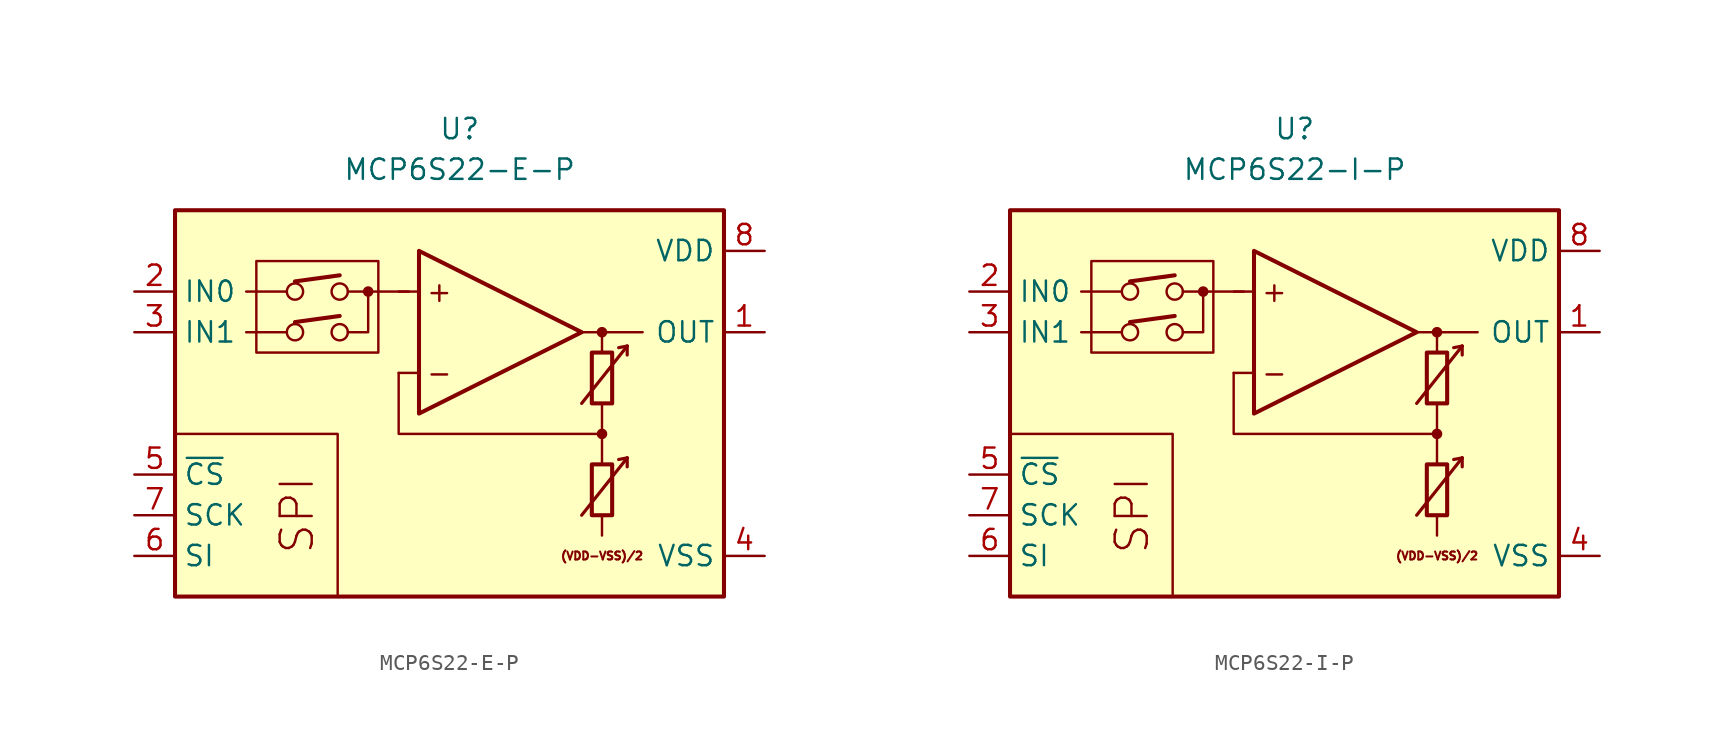
<source format=kicad_sym>
(kicad_symbol_lib
  (version 20211014)
  (generator kicad_symbol_editor)
  (symbol "MCP6S22-E-P"
    (property "Reference" "U"
      (at 0 17.78 0)
      (effects (font (size 1.27 1.27))))
    (property "Value" "MCP6S22-E-P"
      (at 0 15.24 0)
      (effects (font (size 1.27 1.27))))
    (symbol "MCP6S22-E-P_0_0"
      (rectangle (start -17.78 12.7) (end 16.51 -11.43) (stroke (width 0.254) (type default) (color 0 0 0 0)) (fill (type background)))
      (rectangle (start -12.7 9.525) (end -5.08 3.81) (stroke (width 0.152) (type default) (color 0 0 0 0)) (fill (type none)))
      (circle (center -10.287 5.08) (radius 0.508) (stroke (width 0) (type default) (color 0 0 0 0)) (fill (type none)))
      (circle (center -10.287 7.62) (radius 0.508) (stroke (width 0) (type default) (color 0 0 0 0)) (fill (type none)))
      (circle (center -7.493 5.08) (radius 0.508) (stroke (width 0) (type default) (color 0 0 0 0)) (fill (type none)))
      (circle (center -7.493 7.62) (radius 0.508) (stroke (width 0) (type default) (color 0 0 0 0)) (fill (type none)))
      (circle (center -5.715 7.62) (radius 0.254) (stroke (width 0.152) (type default) (color 0 0 0 0)) (fill (type outline)))
      (polyline (pts (xy 8.89 -3.81)) (stroke (width 0.152) (type default) (color 0 0 0 0)) (fill (type none)))
      (polyline (pts (xy 8.89 3.81)) (stroke (width 0.152) (type default) (color 0 0 0 0)) (fill (type none)))
      (polyline (pts (xy -10.795 5.08) (xy -13.335 5.08)) (stroke (width 0.152) (type default) (color 0 0 0 0)) (fill (type none)))
      (polyline (pts (xy -10.795 7.62) (xy -13.335 7.62)) (stroke (width 0.152) (type default) (color 0 0 0 0)) (fill (type none)))
      (polyline (pts (xy -10.287 5.715) (xy -7.493 6.096)) (stroke (width 0.254) (type default) (color 0 0 0 0)) (fill (type none)))
      (polyline (pts (xy -10.287 8.255) (xy -7.493 8.636)) (stroke (width 0.254) (type default) (color 0 0 0 0)) (fill (type none)))
      (polyline (pts (xy -3.175 7.62) (xy -6.985 7.62)) (stroke (width 0.152) (type default) (color 0 0 0 0)) (fill (type none)))
      (polyline (pts (xy -2.54 2.54) (xy -3.81 2.54)) (stroke (width 0.152) (type default) (color 0 0 0 0)) (fill (type none)))
      (polyline (pts (xy -2.54 7.62) (xy -3.81 7.62)) (stroke (width 0.152) (type default) (color 0 0 0 0)) (fill (type none)))
      (polyline (pts (xy 7.62 5.08) (xy 11.43 5.08)) (stroke (width 0.152) (type default) (color 0 0 0 0)) (fill (type none)))
      (polyline (pts (xy 8.89 -6.35) (xy 8.89 -7.62)) (stroke (width 0.152) (type default) (color 0 0 0 0)) (fill (type none)))
      (polyline (pts (xy 8.89 -1.27) (xy 8.89 -3.175)) (stroke (width 0.152) (type default) (color 0 0 0 0)) (fill (type none)))
      (polyline (pts (xy 8.89 0.635) (xy 8.89 -1.27)) (stroke (width 0.152) (type default) (color 0 0 0 0)) (fill (type none)))
      (polyline (pts (xy 8.89 5.08) (xy 8.89 3.81)) (stroke (width 0.152) (type default) (color 0 0 0 0)) (fill (type none)))
      (polyline (pts (xy -7.62 -11.43) (xy -7.62 -1.27) (xy -17.78 -1.27)) (stroke (width 0.152) (type default) (color 0 0 0 0)) (fill (type none)))
      (polyline (pts (xy -6.985 5.08) (xy -5.715 5.08) (xy -5.715 7.62)) (stroke (width 0.152) (type default) (color 0 0 0 0)) (fill (type none)))
      (polyline (pts (xy 8.89 -1.27) (xy -3.81 -1.27) (xy -3.81 2.54)) (stroke (width 0.152) (type default) (color 0 0 0 0)) (fill (type none)))
      (circle (center 8.89 -1.27) (radius 0.254) (stroke (width 0.152) (type default) (color 0 0 0 0)) (fill (type outline)))
      (circle (center 8.89 5.08) (radius 0.254) (stroke (width 0.152) (type default) (color 0 0 0 0)) (fill (type outline)))
      (text "(VDD-VSS)/2" (at 8.89 -8.89 0) (effects (font (size 0.5 0.5))))
      (text "+" (at -1.27 7.62 0) (effects (font (size 1.27 1.27))))
      (text "-" (at -1.27 2.54 0) (effects (font (size 1.27 1.27))))
      (text "SPI" (at -10.16 -6.35 900) (effects (font (size 2 2)))))
    (symbol "MCP6S22-E-P_0_1"
      (polyline (pts (xy 10.465 -2.769) (xy 9.931 -2.87)) (stroke (width 0.2) (type default) (color 0 0 0 0)) (fill (type none)))
      (polyline (pts (xy 10.465 -2.769) (xy 10.465 -3.327)) (stroke (width 0.2) (type default) (color 0 0 0 0)) (fill (type none)))
      (polyline (pts (xy 10.465 4.216) (xy 9.931 4.115)) (stroke (width 0.2) (type default) (color 0 0 0 0)) (fill (type none)))
      (polyline (pts (xy 10.465 4.216) (xy 10.465 3.658)) (stroke (width 0.2) (type default) (color 0 0 0 0)) (fill (type none)))
      (polyline (pts (xy -2.54 10.16) (xy -2.54 0) (xy 7.62 5.08) (xy -2.54 10.16)) (stroke (width 0.254) (type default) (color 0 0 0 0)) (fill (type background)))
      (polyline (pts (xy 7.62 -6.35) (xy 10.465 -2.769) (xy 10.465 -2.769) (xy 10.465 -2.769)) (stroke (width 0.2) (type default) (color 0 0 0 0)) (fill (type none)))
      (polyline (pts (xy 7.62 0.635) (xy 10.465 4.216) (xy 10.465 4.216) (xy 10.465 4.216)) (stroke (width 0.2) (type default) (color 0 0 0 0)) (fill (type none)))
      (rectangle (start 8.255 -3.175) (end 9.525 -6.35) (stroke (width 0.254) (type default) (color 0 0 0 0)) (fill (type none)))
      (rectangle (start 8.255 3.81) (end 9.525 0.635) (stroke (width 0.254) (type default) (color 0 0 0 0)) (fill (type none))))
    (symbol "MCP6S22-E-P_1_1"
      (pin output line (at 19.05 5.08 180) (length 2.54) (name "OUT" (effects (font (size 1.27 1.27)))) (number "1" (effects (font (size 1.27 1.27)))))
      (pin input line (at -20.32 7.62 0) (length 2.54) (name "IN0" (effects (font (size 1.27 1.27)))) (number "2" (effects (font (size 1.27 1.27)))))
      (pin input line (at -20.32 5.08 0) (length 2.54) (name "IN1" (effects (font (size 1.27 1.27)))) (number "3" (effects (font (size 1.27 1.27)))))
      (pin power_in line (at 19.05 -8.89 180) (length 2.54) (name "VSS" (effects (font (size 1.27 1.27)))) (number "4" (effects (font (size 1.27 1.27)))))
      (pin input line (at -20.32 -3.81 0) (length 2.54) (name "~{CS}" (effects (font (size 1.27 1.27)))) (number "5" (effects (font (size 1.27 1.27)))))
      (pin input line (at -20.32 -8.89 0) (length 2.54) (name "SI" (effects (font (size 1.27 1.27)))) (number "6" (effects (font (size 1.27 1.27)))))
      (pin input line (at -20.32 -6.35 0) (length 2.54) (name "SCK" (effects (font (size 1.27 1.27)))) (number "7" (effects (font (size 1.27 1.27)))))
      (pin power_in line (at 19.05 10.16 180) (length 2.54) (name "VDD" (effects (font (size 1.27 1.27)))) (number "8" (effects (font (size 1.27 1.27)))))))
  (symbol "MCP6S22-I-P"
    (property "Reference" "U"
      (at 0 17.78 0)
      (effects (font (size 1.27 1.27))))
    (property "Value" "MCP6S22-I-P"
      (at 0 15.24 0)
      (effects (font (size 1.27 1.27))))
    (symbol "MCP6S22-I-P_0_0"
      (rectangle (start -17.78 12.7) (end 16.51 -11.43) (stroke (width 0.254) (type default) (color 0 0 0 0)) (fill (type background)))
      (rectangle (start -12.7 9.525) (end -5.08 3.81) (stroke (width 0.152) (type default) (color 0 0 0 0)) (fill (type none)))
      (circle (center -10.287 5.08) (radius 0.508) (stroke (width 0) (type default) (color 0 0 0 0)) (fill (type none)))
      (circle (center -10.287 7.62) (radius 0.508) (stroke (width 0) (type default) (color 0 0 0 0)) (fill (type none)))
      (circle (center -7.493 5.08) (radius 0.508) (stroke (width 0) (type default) (color 0 0 0 0)) (fill (type none)))
      (circle (center -7.493 7.62) (radius 0.508) (stroke (width 0) (type default) (color 0 0 0 0)) (fill (type none)))
      (circle (center -5.715 7.62) (radius 0.254) (stroke (width 0.152) (type default) (color 0 0 0 0)) (fill (type outline)))
      (polyline (pts (xy 8.89 -3.81)) (stroke (width 0.152) (type default) (color 0 0 0 0)) (fill (type none)))
      (polyline (pts (xy 8.89 3.81)) (stroke (width 0.152) (type default) (color 0 0 0 0)) (fill (type none)))
      (polyline (pts (xy -10.795 5.08) (xy -13.335 5.08)) (stroke (width 0.152) (type default) (color 0 0 0 0)) (fill (type none)))
      (polyline (pts (xy -10.795 7.62) (xy -13.335 7.62)) (stroke (width 0.152) (type default) (color 0 0 0 0)) (fill (type none)))
      (polyline (pts (xy -10.287 5.715) (xy -7.493 6.096)) (stroke (width 0.254) (type default) (color 0 0 0 0)) (fill (type none)))
      (polyline (pts (xy -10.287 8.255) (xy -7.493 8.636)) (stroke (width 0.254) (type default) (color 0 0 0 0)) (fill (type none)))
      (polyline (pts (xy -3.175 7.62) (xy -6.985 7.62)) (stroke (width 0.152) (type default) (color 0 0 0 0)) (fill (type none)))
      (polyline (pts (xy -2.54 2.54) (xy -3.81 2.54)) (stroke (width 0.152) (type default) (color 0 0 0 0)) (fill (type none)))
      (polyline (pts (xy -2.54 7.62) (xy -3.81 7.62)) (stroke (width 0.152) (type default) (color 0 0 0 0)) (fill (type none)))
      (polyline (pts (xy 7.62 5.08) (xy 11.43 5.08)) (stroke (width 0.152) (type default) (color 0 0 0 0)) (fill (type none)))
      (polyline (pts (xy 8.89 -6.35) (xy 8.89 -7.62)) (stroke (width 0.152) (type default) (color 0 0 0 0)) (fill (type none)))
      (polyline (pts (xy 8.89 -1.27) (xy 8.89 -3.175)) (stroke (width 0.152) (type default) (color 0 0 0 0)) (fill (type none)))
      (polyline (pts (xy 8.89 0.635) (xy 8.89 -1.27)) (stroke (width 0.152) (type default) (color 0 0 0 0)) (fill (type none)))
      (polyline (pts (xy 8.89 5.08) (xy 8.89 3.81)) (stroke (width 0.152) (type default) (color 0 0 0 0)) (fill (type none)))
      (polyline (pts (xy -7.62 -11.43) (xy -7.62 -1.27) (xy -17.78 -1.27)) (stroke (width 0.152) (type default) (color 0 0 0 0)) (fill (type none)))
      (polyline (pts (xy -6.985 5.08) (xy -5.715 5.08) (xy -5.715 7.62)) (stroke (width 0.152) (type default) (color 0 0 0 0)) (fill (type none)))
      (polyline (pts (xy 8.89 -1.27) (xy -3.81 -1.27) (xy -3.81 2.54)) (stroke (width 0.152) (type default) (color 0 0 0 0)) (fill (type none)))
      (circle (center 8.89 -1.27) (radius 0.254) (stroke (width 0.152) (type default) (color 0 0 0 0)) (fill (type outline)))
      (circle (center 8.89 5.08) (radius 0.254) (stroke (width 0.152) (type default) (color 0 0 0 0)) (fill (type outline)))
      (text "(VDD-VSS)/2" (at 8.89 -8.89 0) (effects (font (size 0.5 0.5))))
      (text "+" (at -1.27 7.62 0) (effects (font (size 1.27 1.27))))
      (text "-" (at -1.27 2.54 0) (effects (font (size 1.27 1.27))))
      (text "SPI" (at -10.16 -6.35 900) (effects (font (size 2 2)))))
    (symbol "MCP6S22-I-P_0_1"
      (polyline (pts (xy 10.465 -2.769) (xy 9.931 -2.87)) (stroke (width 0.2) (type default) (color 0 0 0 0)) (fill (type none)))
      (polyline (pts (xy 10.465 -2.769) (xy 10.465 -3.327)) (stroke (width 0.2) (type default) (color 0 0 0 0)) (fill (type none)))
      (polyline (pts (xy 10.465 4.216) (xy 9.931 4.115)) (stroke (width 0.2) (type default) (color 0 0 0 0)) (fill (type none)))
      (polyline (pts (xy 10.465 4.216) (xy 10.465 3.658)) (stroke (width 0.2) (type default) (color 0 0 0 0)) (fill (type none)))
      (polyline (pts (xy -2.54 10.16) (xy -2.54 0) (xy 7.62 5.08) (xy -2.54 10.16)) (stroke (width 0.254) (type default) (color 0 0 0 0)) (fill (type background)))
      (polyline (pts (xy 7.62 -6.35) (xy 10.465 -2.769) (xy 10.465 -2.769) (xy 10.465 -2.769)) (stroke (width 0.2) (type default) (color 0 0 0 0)) (fill (type none)))
      (polyline (pts (xy 7.62 0.635) (xy 10.465 4.216) (xy 10.465 4.216) (xy 10.465 4.216)) (stroke (width 0.2) (type default) (color 0 0 0 0)) (fill (type none)))
      (rectangle (start 8.255 -3.175) (end 9.525 -6.35) (stroke (width 0.254) (type default) (color 0 0 0 0)) (fill (type none)))
      (rectangle (start 8.255 3.81) (end 9.525 0.635) (stroke (width 0.254) (type default) (color 0 0 0 0)) (fill (type none))))
    (symbol "MCP6S22-I-P_1_1"
      (pin output line (at 19.05 5.08 180) (length 2.54) (name "OUT" (effects (font (size 1.27 1.27)))) (number "1" (effects (font (size 1.27 1.27)))))
      (pin input line (at -20.32 7.62 0) (length 2.54) (name "IN0" (effects (font (size 1.27 1.27)))) (number "2" (effects (font (size 1.27 1.27)))))
      (pin input line (at -20.32 5.08 0) (length 2.54) (name "IN1" (effects (font (size 1.27 1.27)))) (number "3" (effects (font (size 1.27 1.27)))))
      (pin power_in line (at 19.05 -8.89 180) (length 2.54) (name "VSS" (effects (font (size 1.27 1.27)))) (number "4" (effects (font (size 1.27 1.27)))))
      (pin input line (at -20.32 -3.81 0) (length 2.54) (name "~{CS}" (effects (font (size 1.27 1.27)))) (number "5" (effects (font (size 1.27 1.27)))))
      (pin input line (at -20.32 -8.89 0) (length 2.54) (name "SI" (effects (font (size 1.27 1.27)))) (number "6" (effects (font (size 1.27 1.27)))))
      (pin input line (at -20.32 -6.35 0) (length 2.54) (name "SCK" (effects (font (size 1.27 1.27)))) (number "7" (effects (font (size 1.27 1.27)))))
      (pin power_in line (at 19.05 10.16 180) (length 2.54) (name "VDD" (effects (font (size 1.27 1.27)))) (number "8" (effects (font (size 1.27 1.27))))))))
</source>
